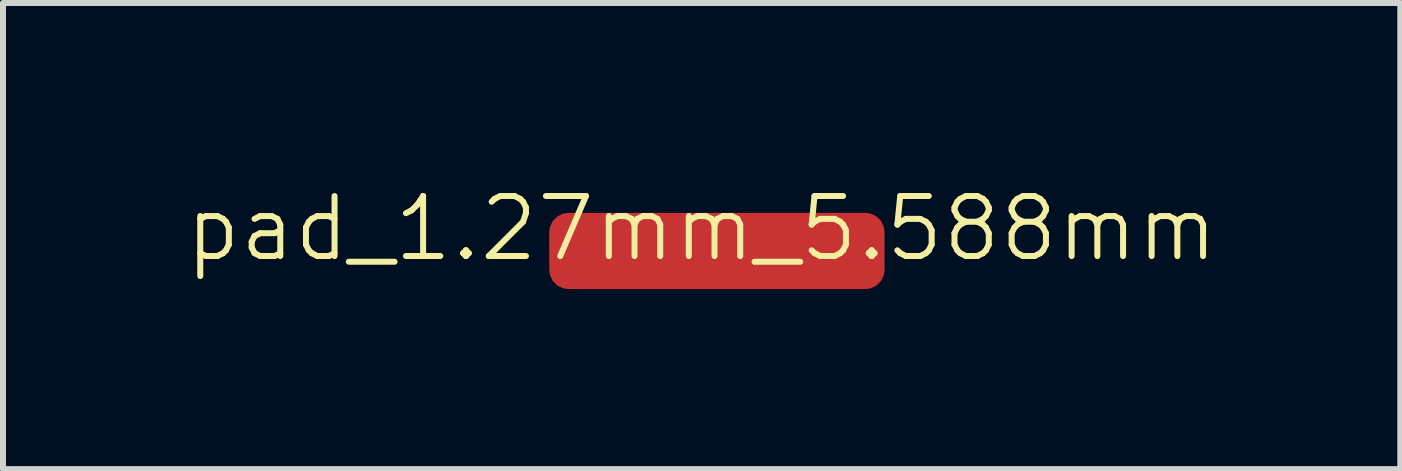
<source format=kicad_pcb>
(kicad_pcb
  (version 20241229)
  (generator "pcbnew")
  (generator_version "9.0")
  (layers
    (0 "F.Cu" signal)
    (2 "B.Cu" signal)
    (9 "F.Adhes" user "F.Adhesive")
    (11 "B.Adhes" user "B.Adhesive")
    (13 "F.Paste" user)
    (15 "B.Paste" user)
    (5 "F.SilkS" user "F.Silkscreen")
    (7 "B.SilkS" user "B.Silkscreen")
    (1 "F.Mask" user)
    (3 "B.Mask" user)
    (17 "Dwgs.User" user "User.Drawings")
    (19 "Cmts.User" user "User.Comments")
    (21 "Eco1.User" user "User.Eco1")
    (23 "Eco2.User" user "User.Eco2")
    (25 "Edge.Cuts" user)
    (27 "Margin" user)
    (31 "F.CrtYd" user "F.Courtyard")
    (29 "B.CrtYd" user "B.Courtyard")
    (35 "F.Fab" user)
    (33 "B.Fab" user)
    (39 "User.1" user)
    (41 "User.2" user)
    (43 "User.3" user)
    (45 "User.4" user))
  (footprint "pad_1.27mm_5.588mm"
    (layer "F.Cu")
    (at 8.645 1.26)
    (property "Reference" "pad_1.27mm_5.588mm" (at 0 -0.5 0) (unlocked yes) (layer "F.SilkS") (effects (font (size 1 1) (thickness 0.1))))
    (attr smd)
    (pad "1" smd roundrect (at 0.254 -0.127) (size 5.588 1.27) (layers "F.Cu" "F.Mask" "F.Paste") (roundrect_rratio 0.25)))
  (gr_rect
    (start -3 -3)
    (end 20.29 4.769)
    (stroke (width 0.1) (type default))
    (fill no)
    (layer "Edge.Cuts")))
</source>
